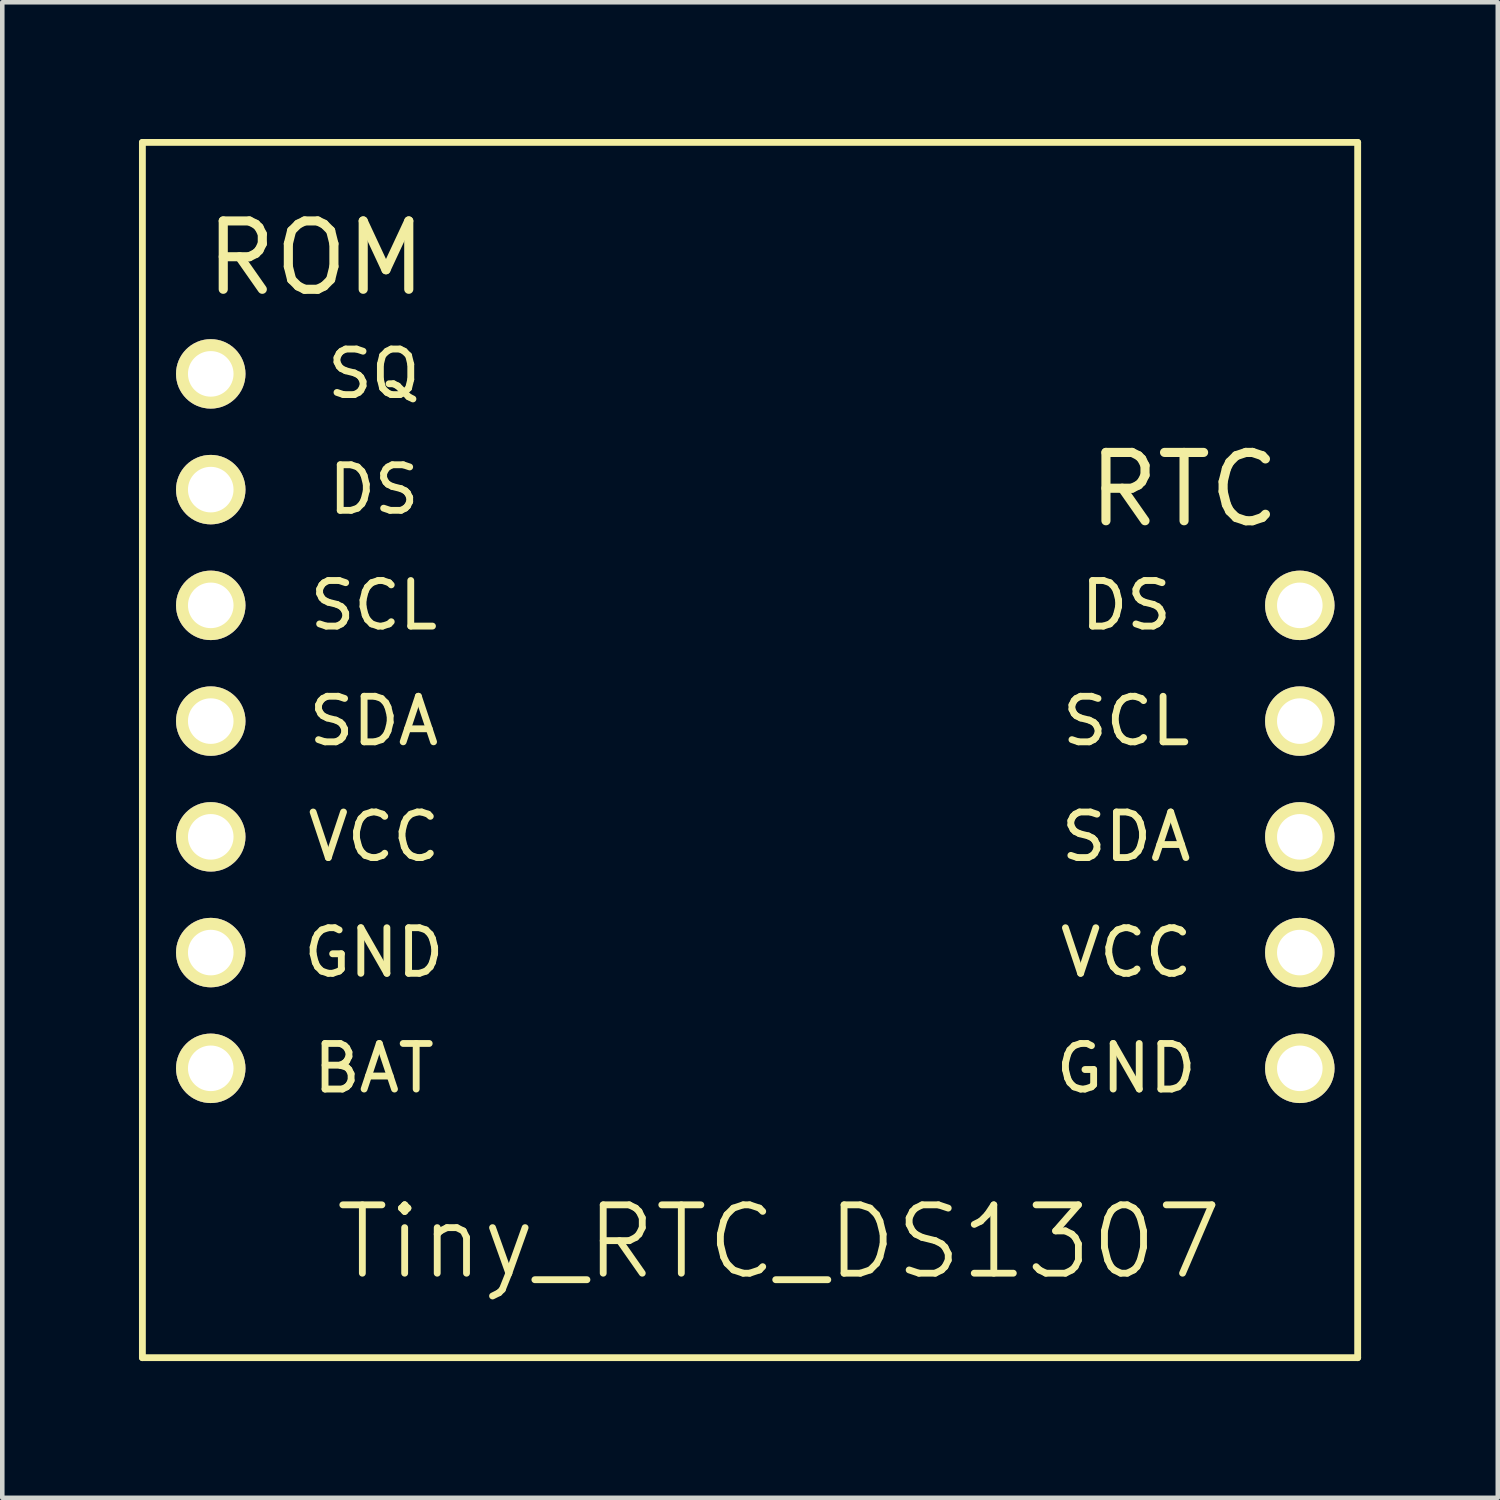
<source format=kicad_pcb>
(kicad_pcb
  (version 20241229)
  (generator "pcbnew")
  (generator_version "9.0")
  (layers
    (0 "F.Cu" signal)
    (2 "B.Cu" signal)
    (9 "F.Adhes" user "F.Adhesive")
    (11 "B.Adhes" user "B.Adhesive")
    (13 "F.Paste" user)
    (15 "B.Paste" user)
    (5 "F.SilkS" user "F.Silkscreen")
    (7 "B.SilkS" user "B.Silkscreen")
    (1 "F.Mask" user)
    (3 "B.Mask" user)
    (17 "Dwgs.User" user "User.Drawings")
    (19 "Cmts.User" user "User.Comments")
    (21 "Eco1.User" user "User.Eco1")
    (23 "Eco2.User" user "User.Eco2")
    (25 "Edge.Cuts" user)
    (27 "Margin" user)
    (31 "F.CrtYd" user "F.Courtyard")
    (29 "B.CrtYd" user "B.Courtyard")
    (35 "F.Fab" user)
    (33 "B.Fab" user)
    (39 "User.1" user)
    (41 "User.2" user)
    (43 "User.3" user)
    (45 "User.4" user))
  (footprint "Tiny_RTC_DS1307"
    (layer "F.Cu")
    (at 14.045 15.315)
    (property "Reference" "Tiny_RTC_DS1307" (at 0 8.89 0) (layer "F.SilkS") (effects (font (size 1.5 1.5) (thickness 0.15))))
    (attr through_hole)
    (fp_line (start -13.97 -15.24) (end 12.7 -15.24) (stroke (width 0.15) (type solid)) (layer "F.SilkS"))
    (fp_line (start -13.97 11.43) (end -13.97 -15.24) (stroke (width 0.15) (type solid)) (layer "F.SilkS"))
    (fp_line (start 12.7 -15.24) (end 12.7 11.43) (stroke (width 0.15) (type solid)) (layer "F.SilkS"))
    (fp_line (start 12.7 11.43) (end -13.97 11.43) (stroke (width 0.15) (type solid)) (layer "F.SilkS"))
    (fp_text user "ROM" (at -10.16 -12.7 0) (layer "F.SilkS") (effects (font (size 1.5 1.5) (thickness 0.2))))
    (fp_text user "SCL" (at 7.62 -2.54 0) (layer "F.SilkS") (effects (font (size 1 1) (thickness 0.15))))
    (fp_text user "SCL" (at -8.89 -5.08 0) (layer "F.SilkS") (effects (font (size 1 1) (thickness 0.15))))
    (fp_text user "SDA" (at 7.62 0 0) (layer "F.SilkS") (effects (font (size 1 1) (thickness 0.15))))
    (fp_text user "SDA" (at -8.89 -2.54 0) (layer "F.SilkS") (effects (font (size 1 1) (thickness 0.15))))
    (fp_text user "GND" (at -8.89 2.54 0) (layer "F.SilkS") (effects (font (size 1 1) (thickness 0.15))))
    (fp_text user "BAT" (at -8.89 5.08 0) (layer "F.SilkS") (effects (font (size 1 1) (thickness 0.15))))
    (fp_text user "RTC" (at 8.89 -7.62 0) (layer "F.SilkS") (effects (font (size 1.5 1.5) (thickness 0.2))))
    (fp_text user "VCC" (at -8.89 0 0) (layer "F.SilkS") (effects (font (size 1 1) (thickness 0.15))))
    (fp_text user "DS" (at -8.89 -7.62 0) (layer "F.SilkS") (effects (font (size 1 1) (thickness 0.15))))
    (fp_text user "SQ" (at -8.89 -10.16 0) (layer "F.SilkS") (effects (font (size 1 1) (thickness 0.15))))
    (fp_text user "DS" (at 7.62 -5.08 0) (layer "F.SilkS") (effects (font (size 1 1) (thickness 0.15))))
    (fp_text user "GND" (at 7.62 5.08 0) (layer "F.SilkS") (effects (font (size 1 1) (thickness 0.15))))
    (fp_text user "VCC" (at 7.62 2.54 0) (layer "F.SilkS") (effects (font (size 1 1) (thickness 0.15))))
    (pad "1" thru_hole circle (at -12.47 5.08) (size 1.524 1.524) (drill 1) (layers "*.Cu" "*.Mask" "F.SilkS"))
    (pad "2" thru_hole circle (at -12.47 2.54) (size 1.524 1.524) (drill 1) (layers "*.Cu" "*.Mask" "F.SilkS"))
    (pad "3" thru_hole circle (at -12.47 0) (size 1.524 1.524) (drill 1) (layers "*.Cu" "*.Mask" "F.SilkS"))
    (pad "4" thru_hole circle (at -12.47 -2.54) (size 1.524 1.524) (drill 1) (layers "*.Cu" "*.Mask" "F.SilkS"))
    (pad "5" thru_hole circle (at -12.47 -5.08) (size 1.524 1.524) (drill 1) (layers "*.Cu" "*.Mask" "F.SilkS"))
    (pad "6" thru_hole circle (at -12.47 -7.62) (size 1.524 1.524) (drill 1) (layers "*.Cu" "*.Mask" "F.SilkS"))
    (pad "7" thru_hole circle (at -12.47 -10.16) (size 1.524 1.524) (drill 1) (layers "*.Cu" "*.Mask" "F.SilkS"))
    (pad "8" thru_hole circle (at 11.43 5.08) (size 1.524 1.524) (drill 1) (layers "*.Cu" "*.Mask" "F.SilkS"))
    (pad "9" thru_hole circle (at 11.43 2.54) (size 1.524 1.524) (drill 1) (layers "*.Cu" "*.Mask" "F.SilkS"))
    (pad "10" thru_hole circle (at 11.43 0) (size 1.524 1.524) (drill 1) (layers "*.Cu" "*.Mask" "F.SilkS"))
    (pad "11" thru_hole circle (at 11.43 -2.54) (size 1.524 1.524) (drill 1) (layers "*.Cu" "*.Mask" "F.SilkS"))
    (pad "12" thru_hole circle (at 11.43 -5.08) (size 1.524 1.524) (drill 1) (layers "*.Cu" "*.Mask" "F.SilkS")))
  (gr_rect
    (start -3 -3)
    (end 29.82 29.82)
    (stroke (width 0.1) (type default))
    (fill no)
    (layer "Edge.Cuts")))
</source>
